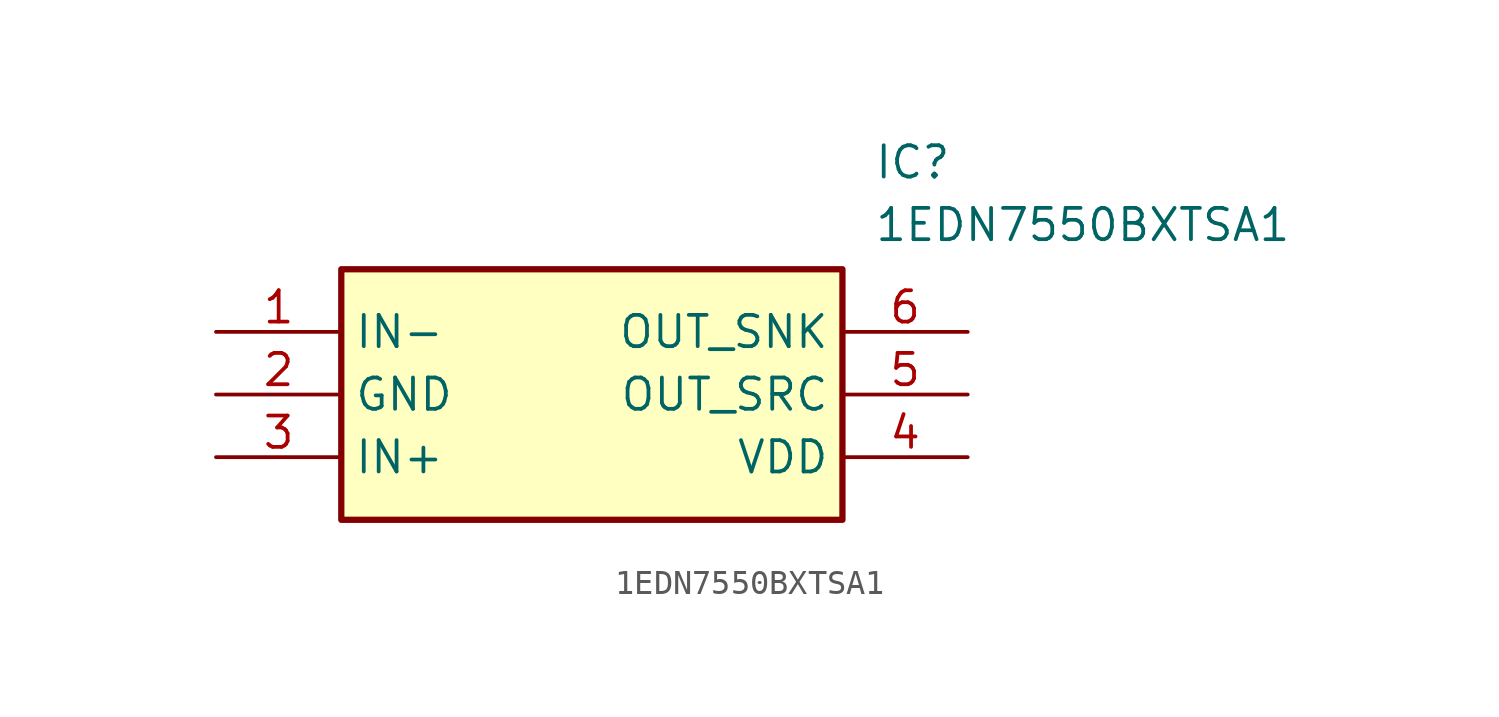
<source format=kicad_sym>
(kicad_symbol_lib
  (version 20211014)
  (generator SamacSys_ECAD_Model)
  (symbol "1EDN7550BXTSA1"
    (property "Reference" "IC"
      (at 26.67 7.62 0)
      (effects (font (size 1.27 1.27)) (justify left top)))
    (property "Value" "1EDN7550BXTSA1"
      (at 26.67 5.08 0)
      (effects (font (size 1.27 1.27)) (justify left top)))
    (rectangle
      (start 5.08 2.54)
      (end 25.4 -7.62)
      (stroke (width 0.254) (type default))
      (fill (type background)))
    (pin bidirectional line
      (at 0 0 0)
      (length 5.08)
      (name "IN-" (effects (font (size 1.27 1.27))))
      (number "1" (effects (font (size 1.27 1.27)))))
    (pin bidirectional line
      (at 0 -2.54 0)
      (length 5.08)
      (name "GND" (effects (font (size 1.27 1.27))))
      (number "2" (effects (font (size 1.27 1.27)))))
    (pin bidirectional line
      (at 0 -5.08 0)
      (length 5.08)
      (name "IN+" (effects (font (size 1.27 1.27))))
      (number "3" (effects (font (size 1.27 1.27)))))
    (pin output line
      (at 30.48 0 180)
      (length 5.08)
      (name "OUT_SNK" (effects (font (size 1.27 1.27))))
      (number "6" (effects (font (size 1.27 1.27)))))
    (pin output line
      (at 30.48 -2.54 180)
      (length 5.08)
      (name "OUT_SRC" (effects (font (size 1.27 1.27))))
      (number "5" (effects (font (size 1.27 1.27)))))
    (pin bidirectional line
      (at 30.48 -5.08 180)
      (length 5.08)
      (name "VDD" (effects (font (size 1.27 1.27))))
      (number "4" (effects (font (size 1.27 1.27)))))))
</source>
